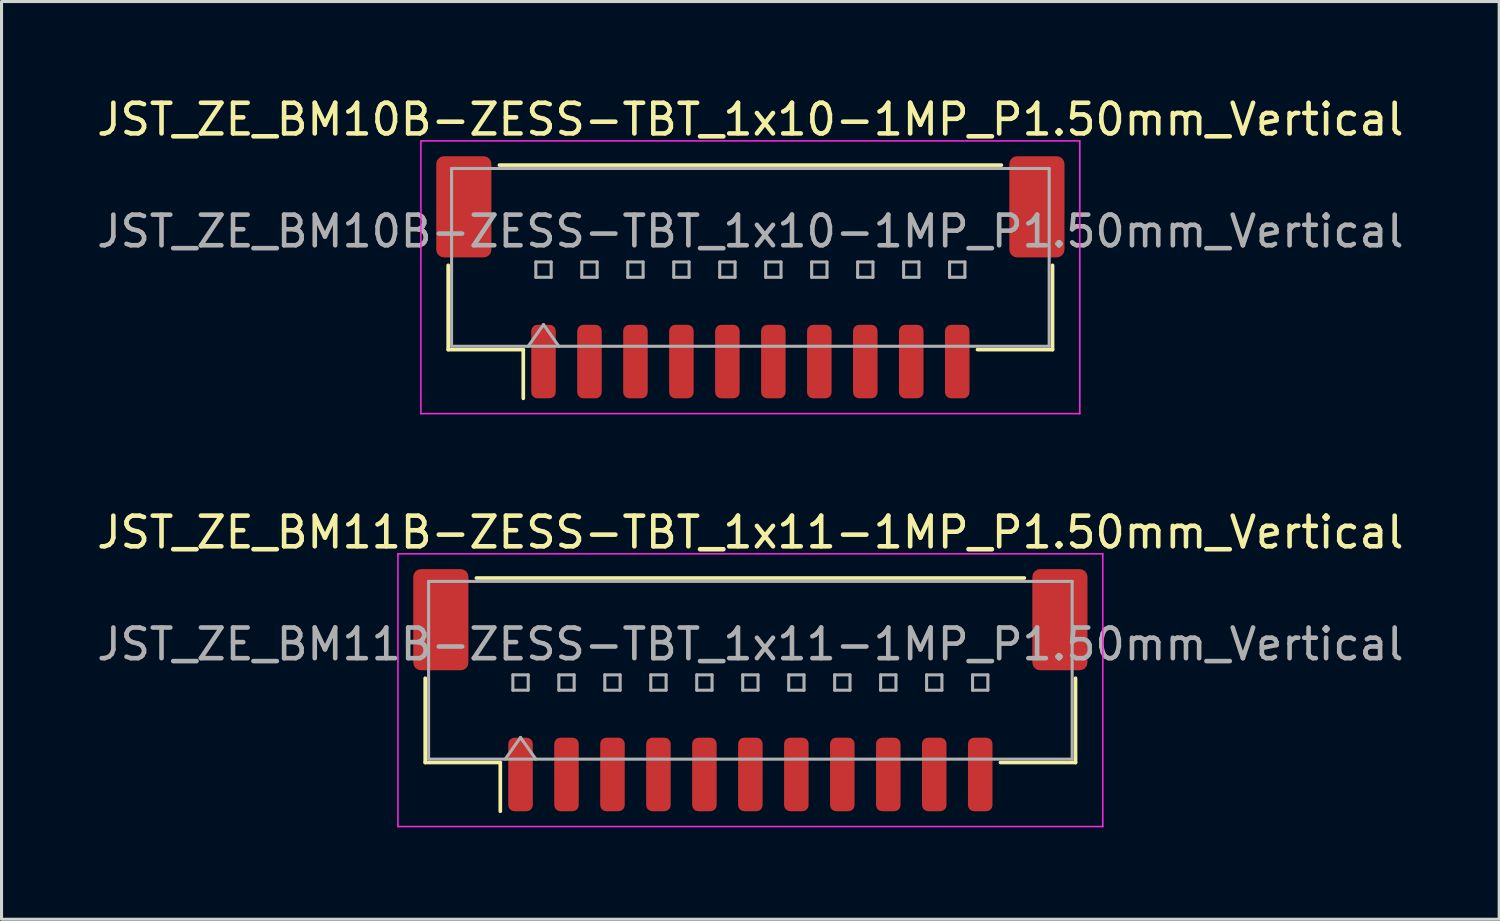
<source format=kicad_pcb>
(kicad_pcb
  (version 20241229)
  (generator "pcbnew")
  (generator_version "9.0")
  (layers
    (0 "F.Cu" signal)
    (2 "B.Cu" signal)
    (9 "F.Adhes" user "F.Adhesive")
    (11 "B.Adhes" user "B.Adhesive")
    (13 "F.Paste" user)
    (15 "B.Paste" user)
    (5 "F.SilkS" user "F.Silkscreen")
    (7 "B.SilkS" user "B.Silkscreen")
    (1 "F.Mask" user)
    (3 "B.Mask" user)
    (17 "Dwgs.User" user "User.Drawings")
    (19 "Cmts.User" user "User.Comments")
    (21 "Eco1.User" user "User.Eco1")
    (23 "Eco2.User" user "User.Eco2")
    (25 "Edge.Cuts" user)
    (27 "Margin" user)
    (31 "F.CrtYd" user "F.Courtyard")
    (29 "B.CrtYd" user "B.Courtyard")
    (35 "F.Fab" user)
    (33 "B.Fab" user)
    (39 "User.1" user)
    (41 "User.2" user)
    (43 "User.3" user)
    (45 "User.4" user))
  (footprint "JST_ZE_BM10B-ZESS-TBT_1x10-1MP_P1.50mm_Vertical"
    (layer "F.Cu")
    (at 21.435 5.998)
    (property "Reference" "JST_ZE_BM10B-ZESS-TBT_1x10-1MP_P1.50mm_Vertical" (at 0 -5.15 0) (layer "F.SilkS") (effects (font (size 1 1) (thickness 0.15))))
    (attr smd)
    (fp_line (start -9.86 -0.39) (end -9.86 2.36) (stroke (width 0.12) (type solid)) (layer "F.SilkS"))
    (fp_line (start -9.86 2.36) (end -7.41 2.36) (stroke (width 0.12) (type solid)) (layer "F.SilkS"))
    (fp_line (start -8.19 -3.66) (end 8.19 -3.66) (stroke (width 0.12) (type solid)) (layer "F.SilkS"))
    (fp_line (start -7.41 2.36) (end -7.41 3.95) (stroke (width 0.12) (type solid)) (layer "F.SilkS"))
    (fp_line (start 9.86 -0.39) (end 9.86 2.36) (stroke (width 0.12) (type solid)) (layer "F.SilkS"))
    (fp_line (start 9.86 2.36) (end 7.41 2.36) (stroke (width 0.12) (type solid)) (layer "F.SilkS"))
    (fp_line (start -10.75 -4.45) (end -10.75 4.45) (stroke (width 0.05) (type solid)) (layer "F.CrtYd"))
    (fp_line (start -10.75 4.45) (end 10.75 4.45) (stroke (width 0.05) (type solid)) (layer "F.CrtYd"))
    (fp_line (start 10.75 -4.45) (end -10.75 -4.45) (stroke (width 0.05) (type solid)) (layer "F.CrtYd"))
    (fp_line (start 10.75 4.45) (end 10.75 -4.45) (stroke (width 0.05) (type solid)) (layer "F.CrtYd"))
    (fp_line (start -9.75 -3.55) (end 9.75 -3.55) (stroke (width 0.1) (type solid)) (layer "F.Fab"))
    (fp_line (start -9.75 2.25) (end -9.75 -3.55) (stroke (width 0.1) (type solid)) (layer "F.Fab"))
    (fp_line (start -9.75 2.25) (end 9.75 2.25) (stroke (width 0.1) (type solid)) (layer "F.Fab"))
    (fp_line (start -7.25 2.25) (end -6.75 1.543) (stroke (width 0.1) (type solid)) (layer "F.Fab"))
    (fp_line (start -7 -0.5) (end -7 0) (stroke (width 0.1) (type solid)) (layer "F.Fab"))
    (fp_line (start -7 0) (end -6.5 0) (stroke (width 0.1) (type solid)) (layer "F.Fab"))
    (fp_line (start -6.75 1.543) (end -6.25 2.25) (stroke (width 0.1) (type solid)) (layer "F.Fab"))
    (fp_line (start -6.5 -0.5) (end -7 -0.5) (stroke (width 0.1) (type solid)) (layer "F.Fab"))
    (fp_line (start -6.5 0) (end -6.5 -0.5) (stroke (width 0.1) (type solid)) (layer "F.Fab"))
    (fp_line (start -5.5 -0.5) (end -5.5 0) (stroke (width 0.1) (type solid)) (layer "F.Fab"))
    (fp_line (start -5.5 0) (end -5 0) (stroke (width 0.1) (type solid)) (layer "F.Fab"))
    (fp_line (start -5 -0.5) (end -5.5 -0.5) (stroke (width 0.1) (type solid)) (layer "F.Fab"))
    (fp_line (start -5 0) (end -5 -0.5) (stroke (width 0.1) (type solid)) (layer "F.Fab"))
    (fp_line (start -4 -0.5) (end -4 0) (stroke (width 0.1) (type solid)) (layer "F.Fab"))
    (fp_line (start -4 0) (end -3.5 0) (stroke (width 0.1) (type solid)) (layer "F.Fab"))
    (fp_line (start -3.5 -0.5) (end -4 -0.5) (stroke (width 0.1) (type solid)) (layer "F.Fab"))
    (fp_line (start -3.5 0) (end -3.5 -0.5) (stroke (width 0.1) (type solid)) (layer "F.Fab"))
    (fp_line (start -2.5 -0.5) (end -2.5 0) (stroke (width 0.1) (type solid)) (layer "F.Fab"))
    (fp_line (start -2.5 0) (end -2 0) (stroke (width 0.1) (type solid)) (layer "F.Fab"))
    (fp_line (start -2 -0.5) (end -2.5 -0.5) (stroke (width 0.1) (type solid)) (layer "F.Fab"))
    (fp_line (start -2 0) (end -2 -0.5) (stroke (width 0.1) (type solid)) (layer "F.Fab"))
    (fp_line (start -1 -0.5) (end -1 0) (stroke (width 0.1) (type solid)) (layer "F.Fab"))
    (fp_line (start -1 0) (end -0.5 0) (stroke (width 0.1) (type solid)) (layer "F.Fab"))
    (fp_line (start -0.5 -0.5) (end -1 -0.5) (stroke (width 0.1) (type solid)) (layer "F.Fab"))
    (fp_line (start -0.5 0) (end -0.5 -0.5) (stroke (width 0.1) (type solid)) (layer "F.Fab"))
    (fp_line (start 0.5 -0.5) (end 0.5 0) (stroke (width 0.1) (type solid)) (layer "F.Fab"))
    (fp_line (start 0.5 0) (end 1 0) (stroke (width 0.1) (type solid)) (layer "F.Fab"))
    (fp_line (start 1 -0.5) (end 0.5 -0.5) (stroke (width 0.1) (type solid)) (layer "F.Fab"))
    (fp_line (start 1 0) (end 1 -0.5) (stroke (width 0.1) (type solid)) (layer "F.Fab"))
    (fp_line (start 2 -0.5) (end 2 0) (stroke (width 0.1) (type solid)) (layer "F.Fab"))
    (fp_line (start 2 0) (end 2.5 0) (stroke (width 0.1) (type solid)) (layer "F.Fab"))
    (fp_line (start 2.5 -0.5) (end 2 -0.5) (stroke (width 0.1) (type solid)) (layer "F.Fab"))
    (fp_line (start 2.5 0) (end 2.5 -0.5) (stroke (width 0.1) (type solid)) (layer "F.Fab"))
    (fp_line (start 3.5 -0.5) (end 3.5 0) (stroke (width 0.1) (type solid)) (layer "F.Fab"))
    (fp_line (start 3.5 0) (end 4 0) (stroke (width 0.1) (type solid)) (layer "F.Fab"))
    (fp_line (start 4 -0.5) (end 3.5 -0.5) (stroke (width 0.1) (type solid)) (layer "F.Fab"))
    (fp_line (start 4 0) (end 4 -0.5) (stroke (width 0.1) (type solid)) (layer "F.Fab"))
    (fp_line (start 5 -0.5) (end 5 0) (stroke (width 0.1) (type solid)) (layer "F.Fab"))
    (fp_line (start 5 0) (end 5.5 0) (stroke (width 0.1) (type solid)) (layer "F.Fab"))
    (fp_line (start 5.5 -0.5) (end 5 -0.5) (stroke (width 0.1) (type solid)) (layer "F.Fab"))
    (fp_line (start 5.5 0) (end 5.5 -0.5) (stroke (width 0.1) (type solid)) (layer "F.Fab"))
    (fp_line (start 6.5 -0.5) (end 6.5 0) (stroke (width 0.1) (type solid)) (layer "F.Fab"))
    (fp_line (start 6.5 0) (end 7 0) (stroke (width 0.1) (type solid)) (layer "F.Fab"))
    (fp_line (start 7 -0.5) (end 6.5 -0.5) (stroke (width 0.1) (type solid)) (layer "F.Fab"))
    (fp_line (start 7 0) (end 7 -0.5) (stroke (width 0.1) (type solid)) (layer "F.Fab"))
    (fp_line (start 9.75 2.25) (end 9.75 -3.55) (stroke (width 0.1) (type solid)) (layer "F.Fab"))
    (fp_text user "${REFERENCE}" (at 0 -1.5 0) (layer "F.Fab") (effects (font (size 1 1) (thickness 0.15))))
    (pad "1" smd roundrect (at -6.75 2.75) (size 0.8 2.4) (layers "F.Cu" "F.Mask" "F.Paste") (roundrect_rratio 0.25))
    (pad "2" smd roundrect (at -5.25 2.75) (size 0.8 2.4) (layers "F.Cu" "F.Mask" "F.Paste") (roundrect_rratio 0.25))
    (pad "3" smd roundrect (at -3.75 2.75) (size 0.8 2.4) (layers "F.Cu" "F.Mask" "F.Paste") (roundrect_rratio 0.25))
    (pad "4" smd roundrect (at -2.25 2.75) (size 0.8 2.4) (layers "F.Cu" "F.Mask" "F.Paste") (roundrect_rratio 0.25))
    (pad "5" smd roundrect (at -0.75 2.75) (size 0.8 2.4) (layers "F.Cu" "F.Mask" "F.Paste") (roundrect_rratio 0.25))
    (pad "6" smd roundrect (at 0.75 2.75) (size 0.8 2.4) (layers "F.Cu" "F.Mask" "F.Paste") (roundrect_rratio 0.25))
    (pad "7" smd roundrect (at 2.25 2.75) (size 0.8 2.4) (layers "F.Cu" "F.Mask" "F.Paste") (roundrect_rratio 0.25))
    (pad "8" smd roundrect (at 3.75 2.75) (size 0.8 2.4) (layers "F.Cu" "F.Mask" "F.Paste") (roundrect_rratio 0.25))
    (pad "9" smd roundrect (at 5.25 2.75) (size 0.8 2.4) (layers "F.Cu" "F.Mask" "F.Paste") (roundrect_rratio 0.25))
    (pad "10" smd roundrect (at 6.75 2.75) (size 0.8 2.4) (layers "F.Cu" "F.Mask" "F.Paste") (roundrect_rratio 0.25))
    (pad "MP" smd roundrect (at -9.35 -2.3) (size 1.8 3.3) (layers "F.Cu" "F.Mask" "F.Paste") (roundrect_rratio 0.139))
    (pad "MP" smd roundrect (at 9.35 -2.3) (size 1.8 3.3) (layers "F.Cu" "F.Mask" "F.Paste") (roundrect_rratio 0.139)))
  (footprint "JST_ZE_BM11B-ZESS-TBT_1x11-1MP_P1.50mm_Vertical"
    (layer "F.Cu")
    (at 21.435 19.471)
    (property "Reference" "JST_ZE_BM11B-ZESS-TBT_1x11-1MP_P1.50mm_Vertical" (at 0 -5.15 0) (layer "F.SilkS") (effects (font (size 1 1) (thickness 0.15))))
    (attr smd)
    (fp_line (start -10.61 -0.39) (end -10.61 2.36) (stroke (width 0.12) (type solid)) (layer "F.SilkS"))
    (fp_line (start -10.61 2.36) (end -8.16 2.36) (stroke (width 0.12) (type solid)) (layer "F.SilkS"))
    (fp_line (start -8.94 -3.66) (end 8.94 -3.66) (stroke (width 0.12) (type solid)) (layer "F.SilkS"))
    (fp_line (start -8.16 2.36) (end -8.16 3.95) (stroke (width 0.12) (type solid)) (layer "F.SilkS"))
    (fp_line (start 10.61 -0.39) (end 10.61 2.36) (stroke (width 0.12) (type solid)) (layer "F.SilkS"))
    (fp_line (start 10.61 2.36) (end 8.16 2.36) (stroke (width 0.12) (type solid)) (layer "F.SilkS"))
    (fp_line (start -11.5 -4.45) (end -11.5 4.45) (stroke (width 0.05) (type solid)) (layer "F.CrtYd"))
    (fp_line (start -11.5 4.45) (end 11.5 4.45) (stroke (width 0.05) (type solid)) (layer "F.CrtYd"))
    (fp_line (start 11.5 -4.45) (end -11.5 -4.45) (stroke (width 0.05) (type solid)) (layer "F.CrtYd"))
    (fp_line (start 11.5 4.45) (end 11.5 -4.45) (stroke (width 0.05) (type solid)) (layer "F.CrtYd"))
    (fp_line (start -10.5 -3.55) (end 10.5 -3.55) (stroke (width 0.1) (type solid)) (layer "F.Fab"))
    (fp_line (start -10.5 2.25) (end -10.5 -3.55) (stroke (width 0.1) (type solid)) (layer "F.Fab"))
    (fp_line (start -10.5 2.25) (end 10.5 2.25) (stroke (width 0.1) (type solid)) (layer "F.Fab"))
    (fp_line (start -8 2.25) (end -7.5 1.543) (stroke (width 0.1) (type solid)) (layer "F.Fab"))
    (fp_line (start -7.75 -0.5) (end -7.75 0) (stroke (width 0.1) (type solid)) (layer "F.Fab"))
    (fp_line (start -7.75 0) (end -7.25 0) (stroke (width 0.1) (type solid)) (layer "F.Fab"))
    (fp_line (start -7.5 1.543) (end -7 2.25) (stroke (width 0.1) (type solid)) (layer "F.Fab"))
    (fp_line (start -7.25 -0.5) (end -7.75 -0.5) (stroke (width 0.1) (type solid)) (layer "F.Fab"))
    (fp_line (start -7.25 0) (end -7.25 -0.5) (stroke (width 0.1) (type solid)) (layer "F.Fab"))
    (fp_line (start -6.25 -0.5) (end -6.25 0) (stroke (width 0.1) (type solid)) (layer "F.Fab"))
    (fp_line (start -6.25 0) (end -5.75 0) (stroke (width 0.1) (type solid)) (layer "F.Fab"))
    (fp_line (start -5.75 -0.5) (end -6.25 -0.5) (stroke (width 0.1) (type solid)) (layer "F.Fab"))
    (fp_line (start -5.75 0) (end -5.75 -0.5) (stroke (width 0.1) (type solid)) (layer "F.Fab"))
    (fp_line (start -4.75 -0.5) (end -4.75 0) (stroke (width 0.1) (type solid)) (layer "F.Fab"))
    (fp_line (start -4.75 0) (end -4.25 0) (stroke (width 0.1) (type solid)) (layer "F.Fab"))
    (fp_line (start -4.25 -0.5) (end -4.75 -0.5) (stroke (width 0.1) (type solid)) (layer "F.Fab"))
    (fp_line (start -4.25 0) (end -4.25 -0.5) (stroke (width 0.1) (type solid)) (layer "F.Fab"))
    (fp_line (start -3.25 -0.5) (end -3.25 0) (stroke (width 0.1) (type solid)) (layer "F.Fab"))
    (fp_line (start -3.25 0) (end -2.75 0) (stroke (width 0.1) (type solid)) (layer "F.Fab"))
    (fp_line (start -2.75 -0.5) (end -3.25 -0.5) (stroke (width 0.1) (type solid)) (layer "F.Fab"))
    (fp_line (start -2.75 0) (end -2.75 -0.5) (stroke (width 0.1) (type solid)) (layer "F.Fab"))
    (fp_line (start -1.75 -0.5) (end -1.75 0) (stroke (width 0.1) (type solid)) (layer "F.Fab"))
    (fp_line (start -1.75 0) (end -1.25 0) (stroke (width 0.1) (type solid)) (layer "F.Fab"))
    (fp_line (start -1.25 -0.5) (end -1.75 -0.5) (stroke (width 0.1) (type solid)) (layer "F.Fab"))
    (fp_line (start -1.25 0) (end -1.25 -0.5) (stroke (width 0.1) (type solid)) (layer "F.Fab"))
    (fp_line (start -0.25 -0.5) (end -0.25 0) (stroke (width 0.1) (type solid)) (layer "F.Fab"))
    (fp_line (start -0.25 0) (end 0.25 0) (stroke (width 0.1) (type solid)) (layer "F.Fab"))
    (fp_line (start 0.25 -0.5) (end -0.25 -0.5) (stroke (width 0.1) (type solid)) (layer "F.Fab"))
    (fp_line (start 0.25 0) (end 0.25 -0.5) (stroke (width 0.1) (type solid)) (layer "F.Fab"))
    (fp_line (start 1.25 -0.5) (end 1.25 0) (stroke (width 0.1) (type solid)) (layer "F.Fab"))
    (fp_line (start 1.25 0) (end 1.75 0) (stroke (width 0.1) (type solid)) (layer "F.Fab"))
    (fp_line (start 1.75 -0.5) (end 1.25 -0.5) (stroke (width 0.1) (type solid)) (layer "F.Fab"))
    (fp_line (start 1.75 0) (end 1.75 -0.5) (stroke (width 0.1) (type solid)) (layer "F.Fab"))
    (fp_line (start 2.75 -0.5) (end 2.75 0) (stroke (width 0.1) (type solid)) (layer "F.Fab"))
    (fp_line (start 2.75 0) (end 3.25 0) (stroke (width 0.1) (type solid)) (layer "F.Fab"))
    (fp_line (start 3.25 -0.5) (end 2.75 -0.5) (stroke (width 0.1) (type solid)) (layer "F.Fab"))
    (fp_line (start 3.25 0) (end 3.25 -0.5) (stroke (width 0.1) (type solid)) (layer "F.Fab"))
    (fp_line (start 4.25 -0.5) (end 4.25 0) (stroke (width 0.1) (type solid)) (layer "F.Fab"))
    (fp_line (start 4.25 0) (end 4.75 0) (stroke (width 0.1) (type solid)) (layer "F.Fab"))
    (fp_line (start 4.75 -0.5) (end 4.25 -0.5) (stroke (width 0.1) (type solid)) (layer "F.Fab"))
    (fp_line (start 4.75 0) (end 4.75 -0.5) (stroke (width 0.1) (type solid)) (layer "F.Fab"))
    (fp_line (start 5.75 -0.5) (end 5.75 0) (stroke (width 0.1) (type solid)) (layer "F.Fab"))
    (fp_line (start 5.75 0) (end 6.25 0) (stroke (width 0.1) (type solid)) (layer "F.Fab"))
    (fp_line (start 6.25 -0.5) (end 5.75 -0.5) (stroke (width 0.1) (type solid)) (layer "F.Fab"))
    (fp_line (start 6.25 0) (end 6.25 -0.5) (stroke (width 0.1) (type solid)) (layer "F.Fab"))
    (fp_line (start 7.25 -0.5) (end 7.25 0) (stroke (width 0.1) (type solid)) (layer "F.Fab"))
    (fp_line (start 7.25 0) (end 7.75 0) (stroke (width 0.1) (type solid)) (layer "F.Fab"))
    (fp_line (start 7.75 -0.5) (end 7.25 -0.5) (stroke (width 0.1) (type solid)) (layer "F.Fab"))
    (fp_line (start 7.75 0) (end 7.75 -0.5) (stroke (width 0.1) (type solid)) (layer "F.Fab"))
    (fp_line (start 10.5 2.25) (end 10.5 -3.55) (stroke (width 0.1) (type solid)) (layer "F.Fab"))
    (fp_text user "${REFERENCE}" (at 0 -1.5 0) (layer "F.Fab") (effects (font (size 1 1) (thickness 0.15))))
    (pad "1" smd roundrect (at -7.5 2.75) (size 0.8 2.4) (layers "F.Cu" "F.Mask" "F.Paste") (roundrect_rratio 0.25))
    (pad "2" smd roundrect (at -6 2.75) (size 0.8 2.4) (layers "F.Cu" "F.Mask" "F.Paste") (roundrect_rratio 0.25))
    (pad "3" smd roundrect (at -4.5 2.75) (size 0.8 2.4) (layers "F.Cu" "F.Mask" "F.Paste") (roundrect_rratio 0.25))
    (pad "4" smd roundrect (at -3 2.75) (size 0.8 2.4) (layers "F.Cu" "F.Mask" "F.Paste") (roundrect_rratio 0.25))
    (pad "5" smd roundrect (at -1.5 2.75) (size 0.8 2.4) (layers "F.Cu" "F.Mask" "F.Paste") (roundrect_rratio 0.25))
    (pad "6" smd roundrect (at 0 2.75) (size 0.8 2.4) (layers "F.Cu" "F.Mask" "F.Paste") (roundrect_rratio 0.25))
    (pad "7" smd roundrect (at 1.5 2.75) (size 0.8 2.4) (layers "F.Cu" "F.Mask" "F.Paste") (roundrect_rratio 0.25))
    (pad "8" smd roundrect (at 3 2.75) (size 0.8 2.4) (layers "F.Cu" "F.Mask" "F.Paste") (roundrect_rratio 0.25))
    (pad "9" smd roundrect (at 4.5 2.75) (size 0.8 2.4) (layers "F.Cu" "F.Mask" "F.Paste") (roundrect_rratio 0.25))
    (pad "10" smd roundrect (at 6 2.75) (size 0.8 2.4) (layers "F.Cu" "F.Mask" "F.Paste") (roundrect_rratio 0.25))
    (pad "11" smd roundrect (at 7.5 2.75) (size 0.8 2.4) (layers "F.Cu" "F.Mask" "F.Paste") (roundrect_rratio 0.25))
    (pad "MP" smd roundrect (at -10.1 -2.3) (size 1.8 3.3) (layers "F.Cu" "F.Mask" "F.Paste") (roundrect_rratio 0.139))
    (pad "MP" smd roundrect (at 10.1 -2.3) (size 1.8 3.3) (layers "F.Cu" "F.Mask" "F.Paste") (roundrect_rratio 0.139)))
  (gr_rect
    (start -3 -3)
    (end 45.869 26.947)
    (stroke (width 0.1) (type default))
    (fill no)
    (layer "Edge.Cuts")))
</source>
